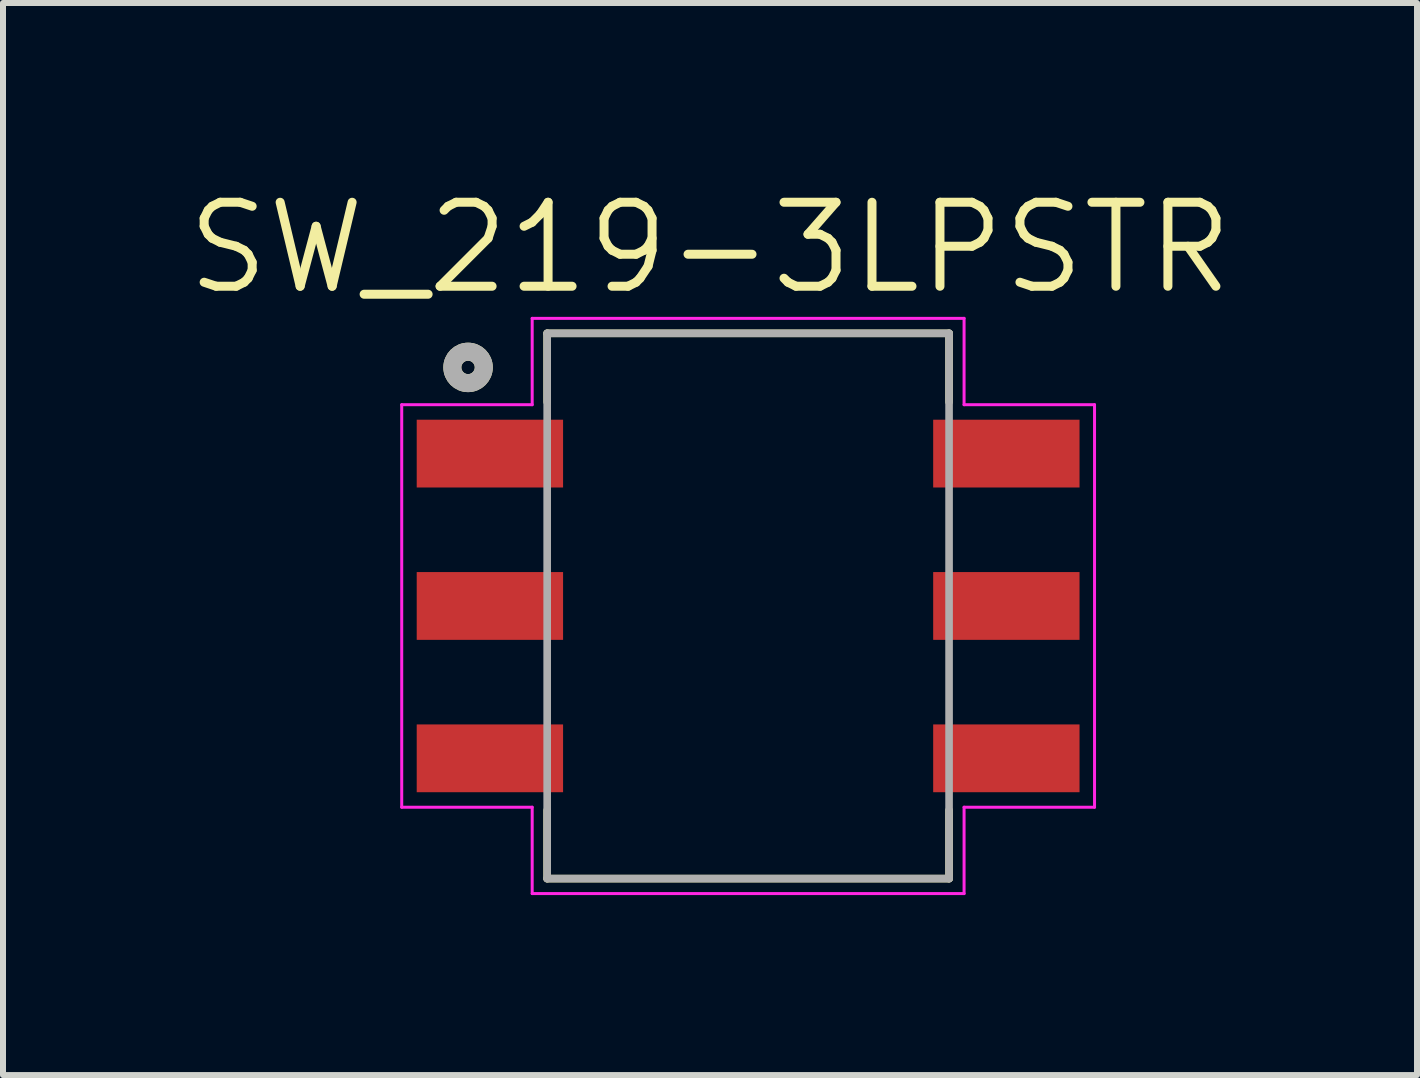
<source format=kicad_pcb>
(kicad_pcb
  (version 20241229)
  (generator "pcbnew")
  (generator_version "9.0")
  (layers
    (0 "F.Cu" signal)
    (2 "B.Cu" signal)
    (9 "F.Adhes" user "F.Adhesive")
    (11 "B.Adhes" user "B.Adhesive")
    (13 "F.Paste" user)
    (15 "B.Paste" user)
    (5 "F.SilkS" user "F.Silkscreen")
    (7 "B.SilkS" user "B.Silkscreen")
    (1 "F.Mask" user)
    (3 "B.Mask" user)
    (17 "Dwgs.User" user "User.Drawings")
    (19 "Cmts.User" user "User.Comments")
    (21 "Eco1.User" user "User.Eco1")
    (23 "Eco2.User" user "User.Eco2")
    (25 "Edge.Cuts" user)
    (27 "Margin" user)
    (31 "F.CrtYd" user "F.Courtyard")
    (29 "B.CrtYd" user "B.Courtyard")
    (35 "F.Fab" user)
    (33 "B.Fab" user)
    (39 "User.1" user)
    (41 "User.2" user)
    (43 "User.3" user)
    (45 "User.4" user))
  (footprint "SW_219-3LPSTR"
    (layer "F.Cu")
    (at 9.422 7.052)
    (property "Reference" "SW_219-3LPSTR" (at -0.635 -5.97 0) (layer "F.SilkS") (effects (font (size 1.4 1.4) (thickness 0.15))))
    (attr smd)
    (fp_line (start -3.35 -4.545) (end -3.35 -3.4) (stroke (width 0.127) (type solid)) (layer "F.SilkS"))
    (fp_line (start -3.35 3.405) (end -3.35 4.545) (stroke (width 0.127) (type solid)) (layer "F.SilkS"))
    (fp_line (start 3.35 -4.545) (end -3.35 -4.545) (stroke (width 0.127) (type solid)) (layer "F.SilkS"))
    (fp_line (start 3.35 -4.545) (end 3.35 -3.4) (stroke (width 0.127) (type solid)) (layer "F.SilkS"))
    (fp_line (start 3.35 3.405) (end 3.35 4.545) (stroke (width 0.127) (type solid)) (layer "F.SilkS"))
    (fp_line (start 3.35 4.545) (end -3.35 4.545) (stroke (width 0.127) (type solid)) (layer "F.SilkS"))
    (fp_circle (center -4.669 -3.977) (end -4.557 -3.977) (stroke (width 0.3) (type solid)) (fill no) (layer "F.SilkS"))
    (fp_line (start -5.775 -3.355) (end -3.6 -3.355) (stroke (width 0.05) (type solid)) (layer "F.CrtYd"))
    (fp_line (start -5.775 3.355) (end -5.775 -3.355) (stroke (width 0.05) (type solid)) (layer "F.CrtYd"))
    (fp_line (start -3.6 -4.795) (end 3.6 -4.795) (stroke (width 0.05) (type solid)) (layer "F.CrtYd"))
    (fp_line (start -3.6 -3.355) (end -3.6 -4.795) (stroke (width 0.05) (type solid)) (layer "F.CrtYd"))
    (fp_line (start -3.6 3.355) (end -5.775 3.355) (stroke (width 0.05) (type solid)) (layer "F.CrtYd"))
    (fp_line (start -3.6 4.795) (end -3.6 3.355) (stroke (width 0.05) (type solid)) (layer "F.CrtYd"))
    (fp_line (start 3.6 -4.795) (end 3.6 -3.355) (stroke (width 0.05) (type solid)) (layer "F.CrtYd"))
    (fp_line (start 3.6 -3.355) (end 5.775 -3.355) (stroke (width 0.05) (type solid)) (layer "F.CrtYd"))
    (fp_line (start 3.6 3.355) (end 3.6 4.795) (stroke (width 0.05) (type solid)) (layer "F.CrtYd"))
    (fp_line (start 3.6 4.795) (end -3.6 4.795) (stroke (width 0.05) (type solid)) (layer "F.CrtYd"))
    (fp_line (start 5.775 -3.355) (end 5.775 3.355) (stroke (width 0.05) (type solid)) (layer "F.CrtYd"))
    (fp_line (start 5.775 3.355) (end 3.6 3.355) (stroke (width 0.05) (type solid)) (layer "F.CrtYd"))
    (fp_line (start -3.35 -4.545) (end 3.35 -4.545) (stroke (width 0.127) (type solid)) (layer "F.Fab"))
    (fp_line (start -3.35 4.545) (end -3.35 -4.545) (stroke (width 0.127) (type solid)) (layer "F.Fab"))
    (fp_line (start 3.35 -4.545) (end 3.35 4.545) (stroke (width 0.127) (type solid)) (layer "F.Fab"))
    (fp_line (start 3.35 4.545) (end -3.35 4.545) (stroke (width 0.127) (type solid)) (layer "F.Fab"))
    (fp_circle (center -4.669 -3.977) (end -4.557 -3.977) (stroke (width 0.3) (type solid)) (fill no) (layer "F.Fab"))
    (pad "1" smd rect (at -4.305 -2.54) (size 2.44 1.13) (layers "F.Cu" "F.Mask" "F.Paste"))
    (pad "1_1" smd rect (at 4.305 -2.54) (size 2.44 1.13) (layers "F.Cu" "F.Mask" "F.Paste"))
    (pad "2" smd rect (at -4.305 0) (size 2.44 1.13) (layers "F.Cu" "F.Mask" "F.Paste"))
    (pad "2_1" smd rect (at 4.305 0) (size 2.44 1.13) (layers "F.Cu" "F.Mask" "F.Paste"))
    (pad "3" smd rect (at -4.305 2.54) (size 2.44 1.13) (layers "F.Cu" "F.Mask" "F.Paste"))
    (pad "3_1" smd rect (at 4.305 2.54) (size 2.44 1.13) (layers "F.Cu" "F.Mask" "F.Paste")))
  (gr_rect
    (start -3 -3)
    (end 20.573 14.872)
    (stroke (width 0.1) (type default))
    (fill no)
    (layer "Edge.Cuts")))
</source>
